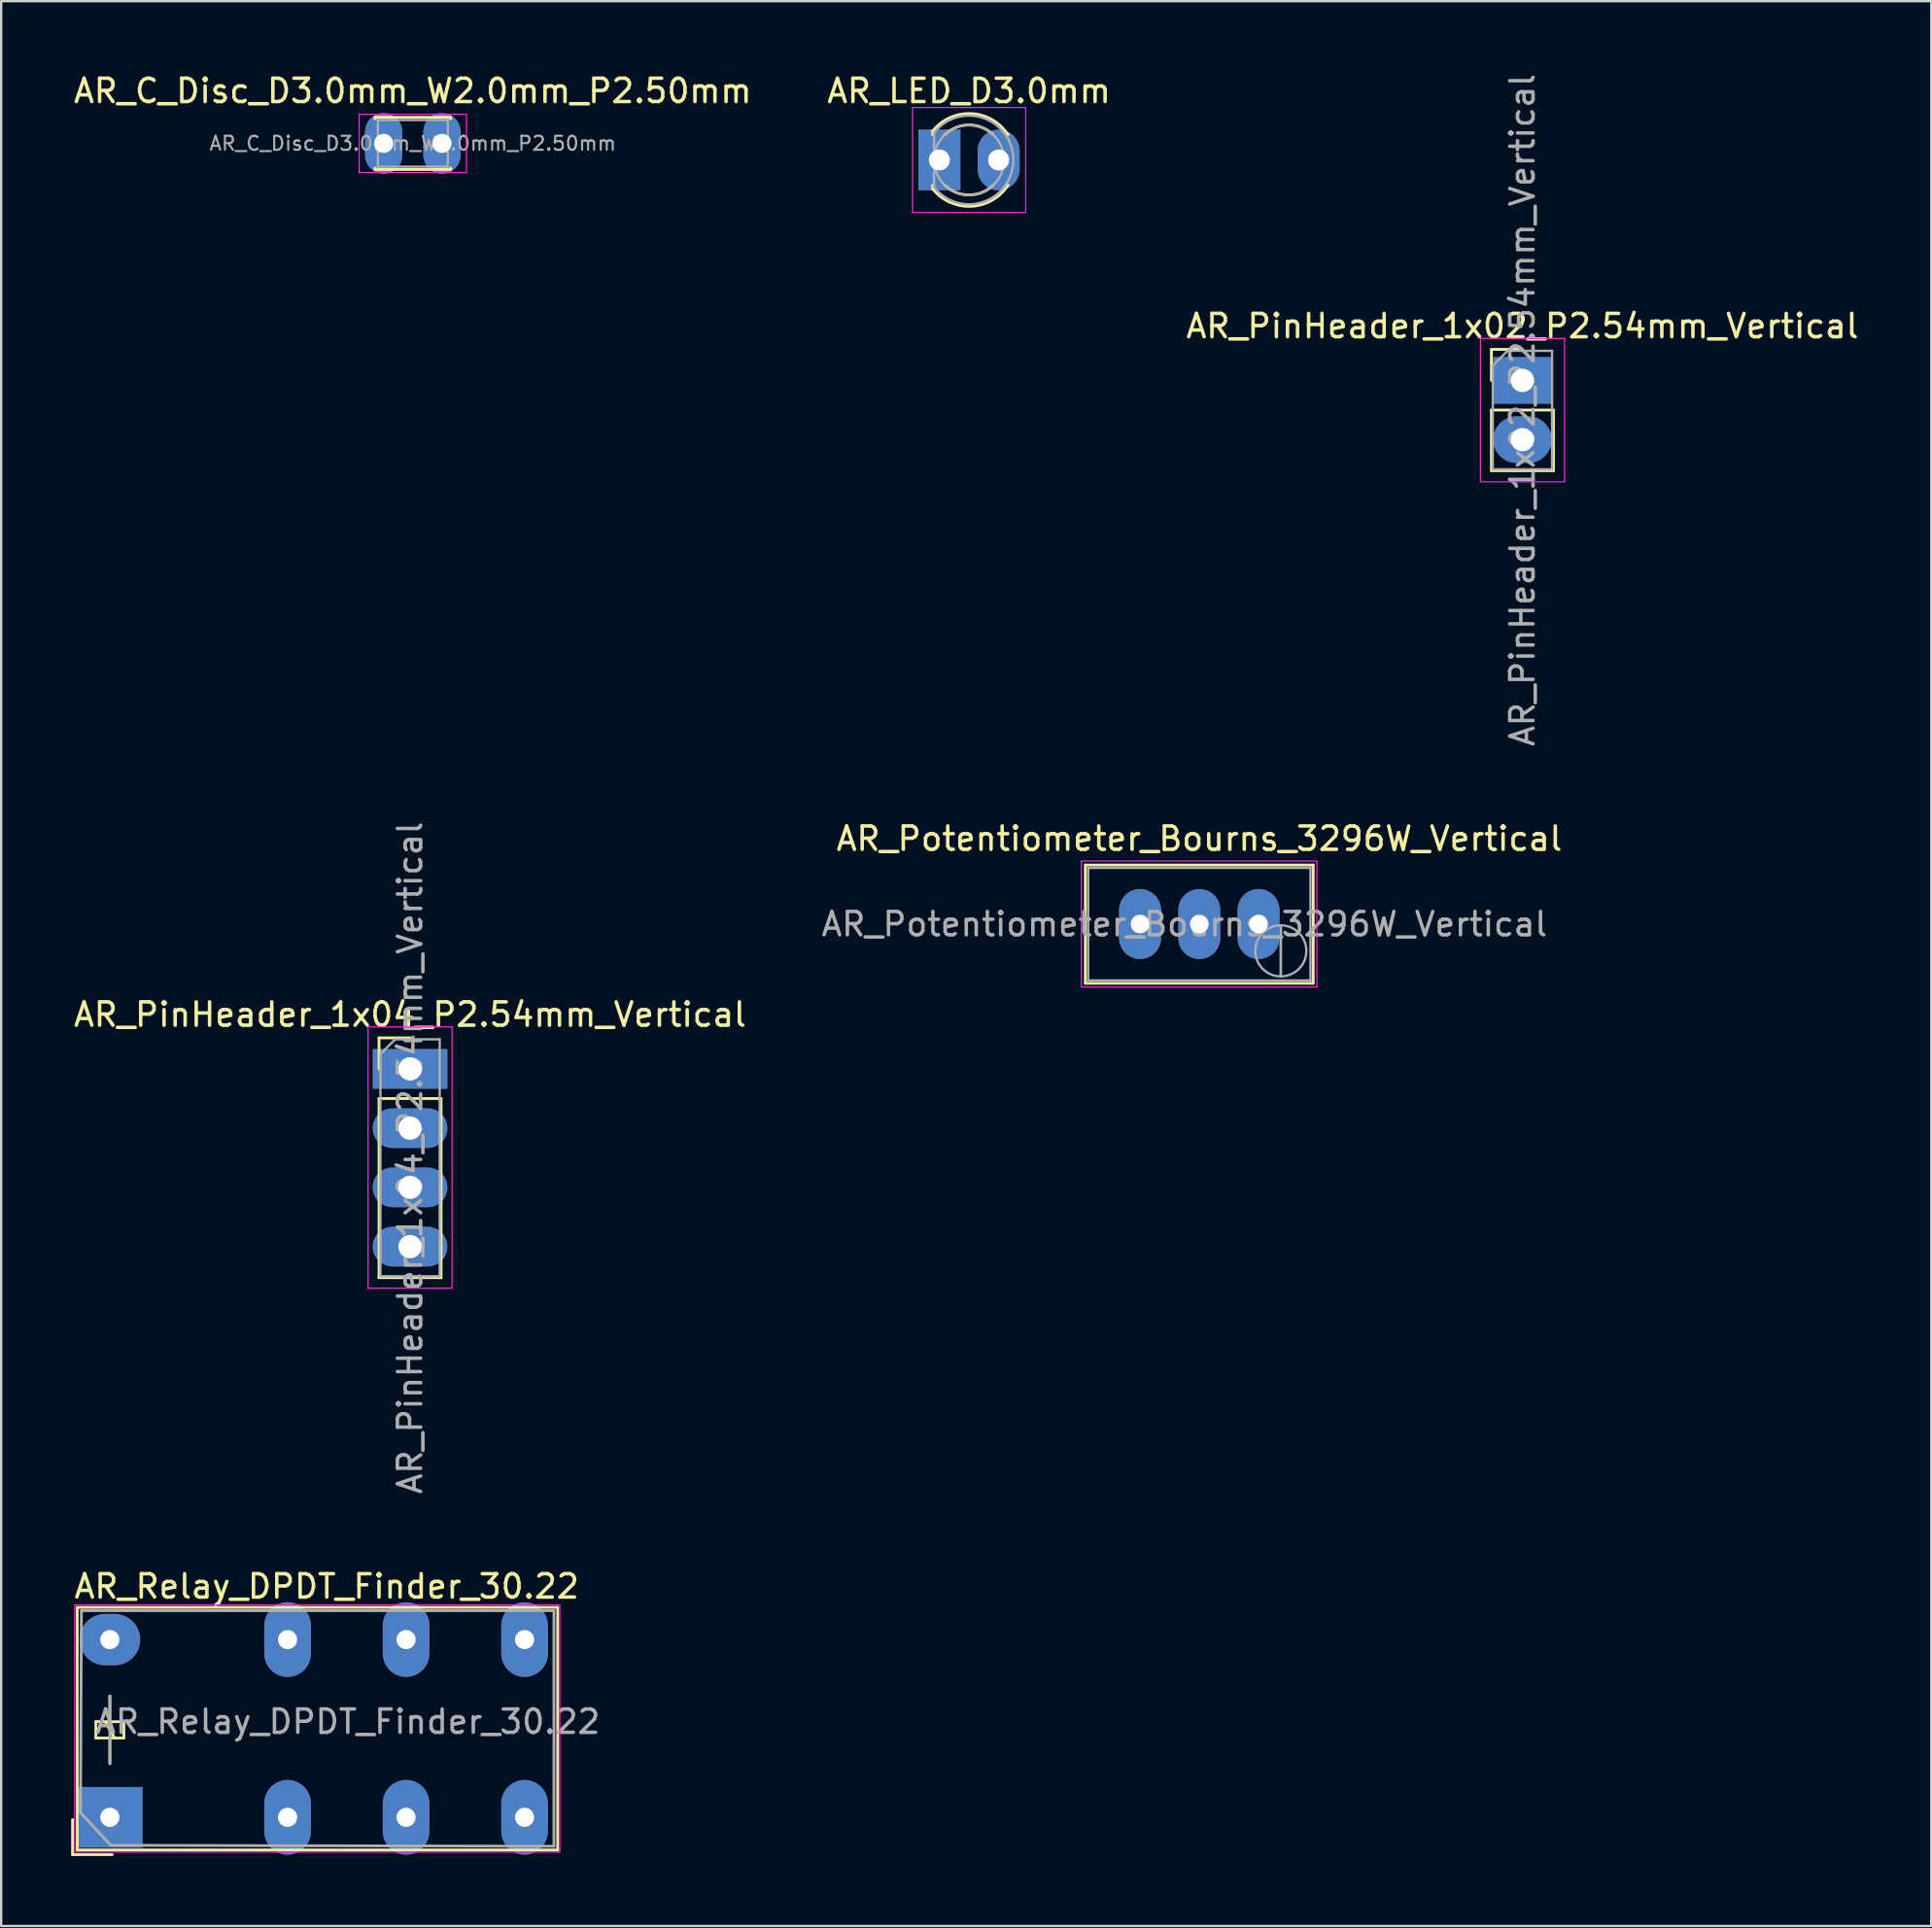
<source format=kicad_pcb>
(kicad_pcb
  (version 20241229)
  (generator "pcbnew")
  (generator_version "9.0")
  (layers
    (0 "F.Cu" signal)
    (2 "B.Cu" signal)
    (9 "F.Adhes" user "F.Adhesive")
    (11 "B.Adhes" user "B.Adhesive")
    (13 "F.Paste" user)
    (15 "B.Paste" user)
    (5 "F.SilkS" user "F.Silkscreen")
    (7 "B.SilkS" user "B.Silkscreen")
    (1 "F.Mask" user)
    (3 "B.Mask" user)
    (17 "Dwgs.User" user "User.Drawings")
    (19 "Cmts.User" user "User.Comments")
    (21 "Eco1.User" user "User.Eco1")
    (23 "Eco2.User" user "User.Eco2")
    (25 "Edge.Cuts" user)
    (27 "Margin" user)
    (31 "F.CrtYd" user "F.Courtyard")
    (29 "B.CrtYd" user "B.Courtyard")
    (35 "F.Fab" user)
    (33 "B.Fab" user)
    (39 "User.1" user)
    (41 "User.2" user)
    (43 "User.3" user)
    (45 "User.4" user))
  (footprint "AR_PinHeader_1x02_P2.54mm_Vertical"
    (layer "F.Cu")
    (at 62.22 13.26)
    (property "Reference" "AR_PinHeader_1x02_P2.54mm_Vertical" (at 0 -2.33 0) (layer "F.SilkS") (effects (font (size 1 1) (thickness 0.15))))
    (attr through_hole)
    (fp_line (start -1.33 -1.33) (end 0 -1.33) (stroke (width 0.12) (type solid)) (layer "F.SilkS"))
    (fp_line (start -1.33 0) (end -1.33 -1.33) (stroke (width 0.12) (type solid)) (layer "F.SilkS"))
    (fp_line (start -1.33 1.27) (end -1.33 3.87) (stroke (width 0.12) (type solid)) (layer "F.SilkS"))
    (fp_line (start -1.33 1.27) (end 1.33 1.27) (stroke (width 0.12) (type solid)) (layer "F.SilkS"))
    (fp_line (start -1.33 3.87) (end 1.33 3.87) (stroke (width 0.12) (type solid)) (layer "F.SilkS"))
    (fp_line (start 1.33 1.27) (end 1.33 3.87) (stroke (width 0.12) (type solid)) (layer "F.SilkS"))
    (fp_line (start -1.8 -1.8) (end -1.8 4.35) (stroke (width 0.05) (type solid)) (layer "F.CrtYd"))
    (fp_line (start -1.8 4.35) (end 1.8 4.35) (stroke (width 0.05) (type solid)) (layer "F.CrtYd"))
    (fp_line (start 1.8 -1.8) (end -1.8 -1.8) (stroke (width 0.05) (type solid)) (layer "F.CrtYd"))
    (fp_line (start 1.8 4.35) (end 1.8 -1.8) (stroke (width 0.05) (type solid)) (layer "F.CrtYd"))
    (fp_line (start -1.27 -0.635) (end -0.635 -1.27) (stroke (width 0.1) (type solid)) (layer "F.Fab"))
    (fp_line (start -1.27 3.81) (end -1.27 -0.635) (stroke (width 0.1) (type solid)) (layer "F.Fab"))
    (fp_line (start -0.635 -1.27) (end 1.27 -1.27) (stroke (width 0.1) (type solid)) (layer "F.Fab"))
    (fp_line (start 1.27 -1.27) (end 1.27 3.81) (stroke (width 0.1) (type solid)) (layer "F.Fab"))
    (fp_line (start 1.27 3.81) (end -1.27 3.81) (stroke (width 0.1) (type solid)) (layer "F.Fab"))
    (fp_text user "${REFERENCE}" (at 0 1.27 90) (layer "F.Fab") (effects (font (size 1 1) (thickness 0.15))))
    (pad "1" thru_hole rect (at 0 0) (size 2.5 2) (drill 1) (layers "*.Cu" "*.Mask"))
    (pad "2" thru_hole oval (at 0 2.54) (size 2.5 2) (drill 1) (layers "*.Cu" "*.Mask")))
  (footprint "AR_Relay_DPDT_Finder_30.22"
    (layer "F.Cu")
    (at 1.66 74.867)
    (property "Reference" "AR_Relay_DPDT_Finder_30.22" (at 9.3 -9.9 0) (layer "F.SilkS") (effects (font (size 1 1) (thickness 0.15))))
    (attr through_hole)
    (fp_line (start -1.6 1.6) (end -1.6 0.1) (stroke (width 0.12) (type solid)) (layer "F.SilkS"))
    (fp_line (start -1.4 -9) (end 19.2 -9) (stroke (width 0.12) (type solid)) (layer "F.SilkS"))
    (fp_line (start -1.4 1.4) (end -1.4 -9) (stroke (width 0.12) (type solid)) (layer "F.SilkS"))
    (fp_line (start -0.6 -4.1) (end -0.6 -3.4) (stroke (width 0.12) (type solid)) (layer "F.SilkS"))
    (fp_line (start -0.6 -3.4) (end 0.6 -3.4) (stroke (width 0.12) (type solid)) (layer "F.SilkS"))
    (fp_line (start 0 -4.1) (end 0 -5.2) (stroke (width 0.12) (type solid)) (layer "F.SilkS"))
    (fp_line (start 0 -3.4) (end 0 -2.3) (stroke (width 0.12) (type solid)) (layer "F.SilkS"))
    (fp_line (start 0.1 1.6) (end -1.6 1.6) (stroke (width 0.12) (type solid)) (layer "F.SilkS"))
    (fp_line (start 0.2 -3.4) (end -0.2 -4.1) (stroke (width 0.12) (type solid)) (layer "F.SilkS"))
    (fp_line (start 0.6 -4.1) (end -0.6 -4.1) (stroke (width 0.12) (type solid)) (layer "F.SilkS"))
    (fp_line (start 0.6 -3.4) (end 0.6 -4.1) (stroke (width 0.12) (type solid)) (layer "F.SilkS"))
    (fp_line (start 19.2 -9) (end 19.2 1.4) (stroke (width 0.12) (type solid)) (layer "F.SilkS"))
    (fp_line (start 19.2 1.4) (end -1.4 1.4) (stroke (width 0.12) (type solid)) (layer "F.SilkS"))
    (fp_line (start -1.51 -9.11) (end -1.51 1.49) (stroke (width 0.05) (type solid)) (layer "F.CrtYd"))
    (fp_line (start -1.51 -9.11) (end 19.29 -9.11) (stroke (width 0.05) (type solid)) (layer "F.CrtYd"))
    (fp_line (start 19.29 1.49) (end -1.51 1.49) (stroke (width 0.05) (type solid)) (layer "F.CrtYd"))
    (fp_line (start 19.29 1.49) (end 19.29 -9.11) (stroke (width 0.05) (type solid)) (layer "F.CrtYd"))
    (fp_line (start -1.26 -0.2) (end -1.22 -8.86) (stroke (width 0.12) (type solid)) (layer "F.Fab"))
    (fp_line (start -1.22 -8.86) (end 19.04 -8.86) (stroke (width 0.12) (type solid)) (layer "F.Fab"))
    (fp_line (start 0 -2.3) (end 0 -5.2) (stroke (width 0.12) (type solid)) (layer "F.Fab"))
    (fp_line (start 0.04 1.2) (end -1.26 -0.2) (stroke (width 0.12) (type solid)) (layer "F.Fab"))
    (fp_line (start 19.04 -8.86) (end 19.04 1.24) (stroke (width 0.12) (type solid)) (layer "F.Fab"))
    (fp_line (start 19.04 1.24) (end 0.04 1.2) (stroke (width 0.12) (type solid)) (layer "F.Fab"))
    (fp_text user "${REFERENCE}" (at 10.2 -4.1 180) (layer "F.Fab") (effects (font (size 1 1) (thickness 0.15))))
    (pad "11" thru_hole oval (at 7.62 0 90) (size 3.2 2) (drill 0.82) (layers "*.Cu" "*.Mask"))
    (pad "12" thru_hole oval (at 12.7 0 90) (size 3.2 2) (drill 0.82) (layers "*.Cu" "*.Mask"))
    (pad "14" thru_hole oval (at 17.78 0 90) (size 3.2 2) (drill 0.82) (layers "*.Cu" "*.Mask"))
    (pad "21" thru_hole oval (at 7.62 -7.62 90) (size 3.2 2) (drill 0.82) (layers "*.Cu" "*.Mask"))
    (pad "22" thru_hole oval (at 12.7 -7.62 90) (size 3.2 2) (drill 0.82) (layers "*.Cu" "*.Mask"))
    (pad "24" thru_hole oval (at 17.78 -7.62 90) (size 3.2 2) (drill 0.82) (layers "*.Cu" "*.Mask"))
    (pad "A1" thru_hole rect (at 0 0 90) (size 2.6 2.8) (drill 0.82) (layers "*.Cu" "*.Mask"))
    (pad "A2" thru_hole oval (at 0 -7.62 90) (size 2.2 2.6) (drill 0.82) (layers "*.Cu" "*.Mask")))
  (footprint "AR_PinHeader_1x04_P2.54mm_Vertical"
    (layer "F.Cu")
    (at 14.53 42.779)
    (property "Reference" "AR_PinHeader_1x04_P2.54mm_Vertical" (at 0 -2.33 0) (layer "F.SilkS") (effects (font (size 1 1) (thickness 0.15))))
    (attr through_hole)
    (fp_line (start -1.33 -1.33) (end 0 -1.33) (stroke (width 0.12) (type solid)) (layer "F.SilkS"))
    (fp_line (start -1.33 0) (end -1.33 -1.33) (stroke (width 0.12) (type solid)) (layer "F.SilkS"))
    (fp_line (start -1.33 1.27) (end -1.33 8.95) (stroke (width 0.12) (type solid)) (layer "F.SilkS"))
    (fp_line (start -1.33 1.27) (end 1.33 1.27) (stroke (width 0.12) (type solid)) (layer "F.SilkS"))
    (fp_line (start -1.33 8.95) (end 1.33 8.95) (stroke (width 0.12) (type solid)) (layer "F.SilkS"))
    (fp_line (start 1.33 1.27) (end 1.33 8.95) (stroke (width 0.12) (type solid)) (layer "F.SilkS"))
    (fp_line (start -1.8 -1.8) (end -1.8 9.4) (stroke (width 0.05) (type solid)) (layer "F.CrtYd"))
    (fp_line (start -1.8 9.4) (end 1.8 9.4) (stroke (width 0.05) (type solid)) (layer "F.CrtYd"))
    (fp_line (start 1.8 -1.8) (end -1.8 -1.8) (stroke (width 0.05) (type solid)) (layer "F.CrtYd"))
    (fp_line (start 1.8 9.4) (end 1.8 -1.8) (stroke (width 0.05) (type solid)) (layer "F.CrtYd"))
    (fp_line (start -1.27 -0.635) (end -0.635 -1.27) (stroke (width 0.1) (type solid)) (layer "F.Fab"))
    (fp_line (start -1.27 8.89) (end -1.27 -0.635) (stroke (width 0.1) (type solid)) (layer "F.Fab"))
    (fp_line (start -0.635 -1.27) (end 1.27 -1.27) (stroke (width 0.1) (type solid)) (layer "F.Fab"))
    (fp_line (start 1.27 -1.27) (end 1.27 8.89) (stroke (width 0.1) (type solid)) (layer "F.Fab"))
    (fp_line (start 1.27 8.89) (end -1.27 8.89) (stroke (width 0.1) (type solid)) (layer "F.Fab"))
    (fp_text user "${REFERENCE}" (at 0 3.81 90) (layer "F.Fab") (effects (font (size 1 1) (thickness 0.15))))
    (pad "1" thru_hole rect (at 0 0) (size 3.2 1.7) (drill 1) (layers "*.Cu" "*.Mask"))
    (pad "2" thru_hole oval (at 0 2.54) (size 3.2 1.7) (drill 1) (layers "*.Cu" "*.Mask"))
    (pad "3" thru_hole oval (at 0 5.08) (size 3.2 1.7) (drill 1) (layers "*.Cu" "*.Mask"))
    (pad "4" thru_hole oval (at 0 7.62) (size 3.2 1.7) (drill 1) (layers "*.Cu" "*.Mask")))
  (footprint "AR_LED_D3.0mm"
    (layer "F.Cu")
    (at 37.224 3.808)
    (property "Reference" "AR_LED_D3.0mm" (at 1.27 -2.96 0) (layer "F.SilkS") (effects (font (size 1 1) (thickness 0.15))))
    (attr through_hole)
    (fp_line (start -0.29 -1.236) (end -0.29 -1.08) (stroke (width 0.12) (type solid)) (layer "F.SilkS"))
    (fp_line (start -0.29 1.08) (end -0.29 1.236) (stroke (width 0.12) (type solid)) (layer "F.SilkS"))
    (fp_arc (start -0.29 -1.235516) (mid 1.366487 -1.987659) (end 2.942335 -1.078608) (stroke (width 0.12) (type solid)) (layer "F.SilkS"))
    (fp_arc (start 0.229039 -1.08) (mid 1.270117 -1.5) (end 2.31113 -1.079837) (stroke (width 0.12) (type solid)) (layer "F.SilkS"))
    (fp_arc (start 2.31113 1.079837) (mid 1.270117 1.5) (end 0.229039 1.08) (stroke (width 0.12) (type solid)) (layer "F.SilkS"))
    (fp_arc (start 2.942335 1.078608) (mid 1.366487 1.987659) (end -0.29 1.235516) (stroke (width 0.12) (type solid)) (layer "F.SilkS"))
    (fp_line (start -1.15 -2.25) (end -1.15 2.25) (stroke (width 0.05) (type solid)) (layer "F.CrtYd"))
    (fp_line (start -1.15 2.25) (end 3.7 2.25) (stroke (width 0.05) (type solid)) (layer "F.CrtYd"))
    (fp_line (start 3.7 -2.25) (end -1.15 -2.25) (stroke (width 0.05) (type solid)) (layer "F.CrtYd"))
    (fp_line (start 3.7 2.25) (end 3.7 -2.25) (stroke (width 0.05) (type solid)) (layer "F.CrtYd"))
    (fp_line (start -0.23 -1.166) (end -0.23 1.166) (stroke (width 0.1) (type solid)) (layer "F.Fab"))
    (fp_arc (start -0.23 -1.16619) (mid 3.17 0.000452) (end -0.230555 1.165476) (stroke (width 0.1) (type solid)) (layer "F.Fab"))
    (fp_circle (center 1.27 0) (end 2.77 0) (stroke (width 0.1) (type solid)) (fill no) (layer "F.Fab"))
    (pad "1" thru_hole rect (at 0 0) (size 1.8 2.6) (drill 0.9) (layers "*.Cu" "*.Mask"))
    (pad "2" thru_hole oval (at 2.54 0) (size 1.8 2.6) (drill 0.9) (layers "*.Cu" "*.Mask")))
  (footprint "AR_C_Disc_D3.0mm_W2.0mm_P2.50mm"
    (layer "F.Cu")
    (at 13.399 3.098)
    (property "Reference" "AR_C_Disc_D3.0mm_W2.0mm_P2.50mm" (at 1.25 -2.25 0) (layer "F.SilkS") (effects (font (size 1 1) (thickness 0.15))))
    (attr through_hole)
    (fp_line (start -0.37 -1.12) (end -0.37 -1.055) (stroke (width 0.12) (type solid)) (layer "F.SilkS"))
    (fp_line (start -0.37 -1.12) (end 2.87 -1.12) (stroke (width 0.12) (type solid)) (layer "F.SilkS"))
    (fp_line (start -0.37 1.055) (end -0.37 1.12) (stroke (width 0.12) (type solid)) (layer "F.SilkS"))
    (fp_line (start -0.37 1.12) (end 2.87 1.12) (stroke (width 0.12) (type solid)) (layer "F.SilkS"))
    (fp_line (start 2.87 -1.12) (end 2.87 -1.055) (stroke (width 0.12) (type solid)) (layer "F.SilkS"))
    (fp_line (start 2.87 1.055) (end 2.87 1.12) (stroke (width 0.12) (type solid)) (layer "F.SilkS"))
    (fp_line (start -1.05 -1.25) (end -1.05 1.25) (stroke (width 0.05) (type solid)) (layer "F.CrtYd"))
    (fp_line (start -1.05 1.25) (end 3.55 1.25) (stroke (width 0.05) (type solid)) (layer "F.CrtYd"))
    (fp_line (start 3.55 -1.25) (end -1.05 -1.25) (stroke (width 0.05) (type solid)) (layer "F.CrtYd"))
    (fp_line (start 3.55 1.25) (end 3.55 -1.25) (stroke (width 0.05) (type solid)) (layer "F.CrtYd"))
    (fp_line (start -0.25 -1) (end -0.25 1) (stroke (width 0.1) (type solid)) (layer "F.Fab"))
    (fp_line (start -0.25 1) (end 2.75 1) (stroke (width 0.1) (type solid)) (layer "F.Fab"))
    (fp_line (start 2.75 -1) (end -0.25 -1) (stroke (width 0.1) (type solid)) (layer "F.Fab"))
    (fp_line (start 2.75 1) (end 2.75 -1) (stroke (width 0.1) (type solid)) (layer "F.Fab"))
    (fp_text user "${REFERENCE}" (at 1.25 0 0) (layer "F.Fab") (effects (font (size 0.6 0.6) (thickness 0.09))))
    (pad "1" thru_hole oval (at 0 0) (size 1.6 2.6) (drill 0.82) (layers "*.Cu" "*.Mask"))
    (pad "2" thru_hole oval (at 2.5 0) (size 1.6 2.6) (drill 0.82) (layers "*.Cu" "*.Mask")))
  (footprint "AR_Potentiometer_Bourns_3296W_Vertical"
    (layer "F.Cu")
    (at 50.907 36.568)
    (property "Reference" "AR_Potentiometer_Bourns_3296W_Vertical" (at -2.54 -3.66 0) (layer "F.SilkS") (effects (font (size 1 1) (thickness 0.15))))
    (attr through_hole)
    (fp_line (start -7.425 -2.53) (end -7.425 2.54) (stroke (width 0.12) (type solid)) (layer "F.SilkS"))
    (fp_line (start -7.425 -2.53) (end 2.345 -2.53) (stroke (width 0.12) (type solid)) (layer "F.SilkS"))
    (fp_line (start -7.425 2.54) (end 2.345 2.54) (stroke (width 0.12) (type solid)) (layer "F.SilkS"))
    (fp_line (start 2.345 -2.53) (end 2.345 2.54) (stroke (width 0.12) (type solid)) (layer "F.SilkS"))
    (fp_line (start -7.6 -2.7) (end -7.6 2.7) (stroke (width 0.05) (type solid)) (layer "F.CrtYd"))
    (fp_line (start -7.6 2.7) (end 2.5 2.7) (stroke (width 0.05) (type solid)) (layer "F.CrtYd"))
    (fp_line (start 2.5 -2.7) (end -7.6 -2.7) (stroke (width 0.05) (type solid)) (layer "F.CrtYd"))
    (fp_line (start 2.5 2.7) (end 2.5 -2.7) (stroke (width 0.05) (type solid)) (layer "F.CrtYd"))
    (fp_line (start -7.305 -2.41) (end -7.305 2.42) (stroke (width 0.1) (type solid)) (layer "F.Fab"))
    (fp_line (start -7.305 2.42) (end 2.225 2.42) (stroke (width 0.1) (type solid)) (layer "F.Fab"))
    (fp_line (start 0.955 2.235) (end 0.956 0.066) (stroke (width 0.1) (type solid)) (layer "F.Fab"))
    (fp_line (start 0.955 2.235) (end 0.956 0.066) (stroke (width 0.1) (type solid)) (layer "F.Fab"))
    (fp_line (start 2.225 -2.41) (end -7.305 -2.41) (stroke (width 0.1) (type solid)) (layer "F.Fab"))
    (fp_line (start 2.225 2.42) (end 2.225 -2.41) (stroke (width 0.1) (type solid)) (layer "F.Fab"))
    (fp_circle (center 0.955 1.15) (end 2.05 1.15) (stroke (width 0.1) (type solid)) (fill no) (layer "F.Fab"))
    (fp_text user "${REFERENCE}" (at -3.175 0.005 0) (layer "F.Fab") (effects (font (size 1 1) (thickness 0.15))))
    (pad "1" thru_hole oval (at 0 0) (size 1.8 3) (drill 0.8) (layers "*.Cu" "*.Mask"))
    (pad "2" thru_hole oval (at -2.54 0) (size 1.8 3) (drill 0.8) (layers "*.Cu" "*.Mask"))
    (pad "3" thru_hole oval (at -5.08 0) (size 1.8 3) (drill 0.8) (layers "*.Cu" "*.Mask")))
  (gr_rect
    (start -3 -3)
    (end 79.75 79.527)
    (stroke (width 0.1) (type default))
    (fill no)
    (layer "Edge.Cuts")))
</source>
